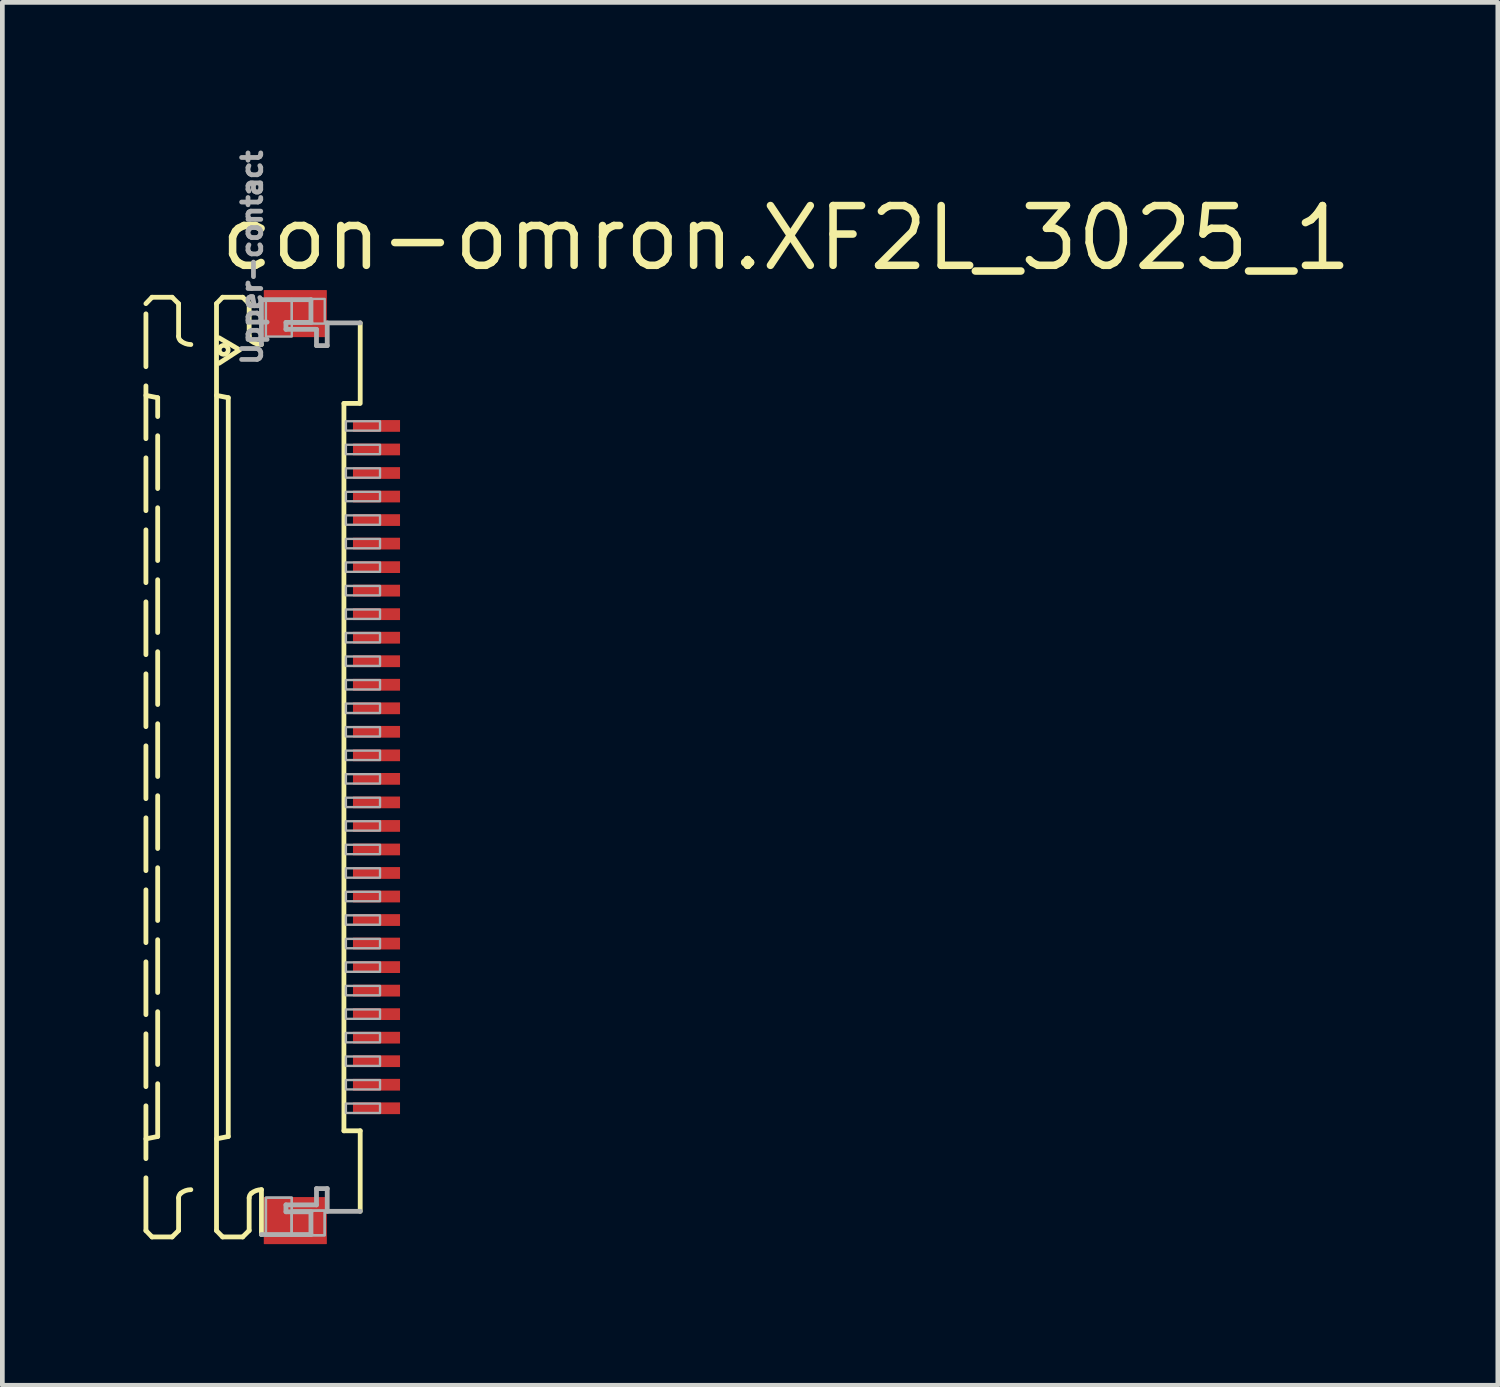
<source format=kicad_pcb>
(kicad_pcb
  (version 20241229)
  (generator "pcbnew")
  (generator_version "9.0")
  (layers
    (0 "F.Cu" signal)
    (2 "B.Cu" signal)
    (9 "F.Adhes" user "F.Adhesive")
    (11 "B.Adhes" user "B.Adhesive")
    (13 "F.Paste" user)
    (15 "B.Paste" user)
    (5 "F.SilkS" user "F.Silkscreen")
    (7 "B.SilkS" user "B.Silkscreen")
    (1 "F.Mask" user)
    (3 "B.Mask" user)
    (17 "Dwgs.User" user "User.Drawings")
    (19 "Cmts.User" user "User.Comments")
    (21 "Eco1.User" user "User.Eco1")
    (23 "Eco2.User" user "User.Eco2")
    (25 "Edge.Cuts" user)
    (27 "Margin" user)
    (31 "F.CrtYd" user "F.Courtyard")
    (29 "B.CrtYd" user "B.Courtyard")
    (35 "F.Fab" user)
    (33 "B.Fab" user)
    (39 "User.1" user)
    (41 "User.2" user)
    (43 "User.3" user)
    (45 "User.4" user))
  (footprint "con-omron.XF2L_3025_1"
    (layer "F.Cu")
    (at 3.046 13.252)
    (property "Reference" "con-omron.XF2L_3025_1" (at -1.5 -10.5 0) (layer "F.SilkS") (effects (font (size 1.27 1.27) (thickness 0.16)) (justify left bottom)))
    (attr smd)
    (fp_rect (start 1.355 -7.075) (end 2.455 -7.425) (stroke (width 0.05) (type default)) (fill yes) (layer "F.Mask"))
    (fp_rect (start 1.355 -6.575) (end 2.455 -6.925) (stroke (width 0.05) (type default)) (fill yes) (layer "F.Mask"))
    (fp_rect (start 1.355 -6.075) (end 2.455 -6.425) (stroke (width 0.05) (type default)) (fill yes) (layer "F.Mask"))
    (fp_rect (start 1.355 -5.575) (end 2.455 -5.925) (stroke (width 0.05) (type default)) (fill yes) (layer "F.Mask"))
    (fp_rect (start 1.355 -5.075) (end 2.455 -5.425) (stroke (width 0.05) (type default)) (fill yes) (layer "F.Mask"))
    (fp_rect (start 1.355 -4.575) (end 2.455 -4.925) (stroke (width 0.05) (type default)) (fill yes) (layer "F.Mask"))
    (fp_rect (start 1.355 -4.075) (end 2.455 -4.425) (stroke (width 0.05) (type default)) (fill yes) (layer "F.Mask"))
    (fp_rect (start 1.355 -3.575) (end 2.455 -3.925) (stroke (width 0.05) (type default)) (fill yes) (layer "F.Mask"))
    (fp_rect (start 1.355 -3.075) (end 2.455 -3.425) (stroke (width 0.05) (type default)) (fill yes) (layer "F.Mask"))
    (fp_rect (start 1.355 -2.575) (end 2.455 -2.925) (stroke (width 0.05) (type default)) (fill yes) (layer "F.Mask"))
    (fp_rect (start 1.355 -2.075) (end 2.455 -2.425) (stroke (width 0.05) (type default)) (fill yes) (layer "F.Mask"))
    (fp_rect (start 1.355 -1.575) (end 2.455 -1.925) (stroke (width 0.05) (type default)) (fill yes) (layer "F.Mask"))
    (fp_rect (start 1.355 -1.075) (end 2.455 -1.425) (stroke (width 0.05) (type default)) (fill yes) (layer "F.Mask"))
    (fp_rect (start 1.355 -0.575) (end 2.455 -0.925) (stroke (width 0.05) (type default)) (fill yes) (layer "F.Mask"))
    (fp_rect (start 1.355 -0.075) (end 2.455 -0.425) (stroke (width 0.05) (type default)) (fill yes) (layer "F.Mask"))
    (fp_rect (start 1.355 0.425) (end 2.455 0.075) (stroke (width 0.05) (type default)) (fill yes) (layer "F.Mask"))
    (fp_rect (start 1.355 0.925) (end 2.455 0.575) (stroke (width 0.05) (type default)) (fill yes) (layer "F.Mask"))
    (fp_rect (start 1.355 1.425) (end 2.455 1.075) (stroke (width 0.05) (type default)) (fill yes) (layer "F.Mask"))
    (fp_rect (start 1.355 1.925) (end 2.455 1.575) (stroke (width 0.05) (type default)) (fill yes) (layer "F.Mask"))
    (fp_rect (start 1.355 2.425) (end 2.455 2.075) (stroke (width 0.05) (type default)) (fill yes) (layer "F.Mask"))
    (fp_rect (start 1.355 2.925) (end 2.455 2.575) (stroke (width 0.05) (type default)) (fill yes) (layer "F.Mask"))
    (fp_rect (start 1.355 3.425) (end 2.455 3.075) (stroke (width 0.05) (type default)) (fill yes) (layer "F.Mask"))
    (fp_rect (start 1.355 3.925) (end 2.455 3.575) (stroke (width 0.05) (type default)) (fill yes) (layer "F.Mask"))
    (fp_rect (start 1.355 4.425) (end 2.455 4.075) (stroke (width 0.05) (type default)) (fill yes) (layer "F.Mask"))
    (fp_rect (start 1.355 4.925) (end 2.455 4.575) (stroke (width 0.05) (type default)) (fill yes) (layer "F.Mask"))
    (fp_rect (start 1.355 5.425) (end 2.455 5.075) (stroke (width 0.05) (type default)) (fill yes) (layer "F.Mask"))
    (fp_rect (start 1.355 5.925) (end 2.455 5.575) (stroke (width 0.05) (type default)) (fill yes) (layer "F.Mask"))
    (fp_rect (start 1.355 6.425) (end 2.455 6.075) (stroke (width 0.05) (type default)) (fill yes) (layer "F.Mask"))
    (fp_rect (start 1.355 6.925) (end 2.455 6.575) (stroke (width 0.05) (type default)) (fill yes) (layer "F.Mask"))
    (fp_rect (start 1.355 7.425) (end 2.455 7.075) (stroke (width 0.05) (type default)) (fill yes) (layer "F.Mask"))
    (fp_line (start -2.995 -9.85) (end -2.865 -9.985) (stroke (width 0.102) (type default)) (layer "F.SilkS"))
    (fp_line (start -2.995 -7.9) (end -2.745 -7.85) (stroke (width 0.102) (type default)) (layer "F.SilkS"))
    (fp_line (start -2.995 9.85) (end -2.995 -9.85) (stroke (width 0.102) (type dash)) (layer "F.SilkS"))
    (fp_line (start -2.995 9.85) (end -2.865 9.985) (stroke (width 0.102) (type default)) (layer "F.SilkS"))
    (fp_line (start -2.865 -9.985) (end -2.438 -9.985) (stroke (width 0.102) (type dash)) (layer "F.SilkS"))
    (fp_line (start -2.865 9.985) (end -2.438 9.985) (stroke (width 0.102) (type dash)) (layer "F.SilkS"))
    (fp_line (start -2.745 7.85) (end -2.995 7.9) (stroke (width 0.102) (type default)) (layer "F.SilkS"))
    (fp_line (start -2.745 7.85) (end -2.745 -7.85) (stroke (width 0.102) (type dash)) (layer "F.SilkS"))
    (fp_line (start -2.438 -9.985) (end -2.301 -9.848) (stroke (width 0.102) (type default)) (layer "F.SilkS"))
    (fp_line (start -2.438 9.985) (end -2.301 9.848) (stroke (width 0.102) (type default)) (layer "F.SilkS"))
    (fp_line (start -2.301 -9.848) (end -2.301 -9.156) (stroke (width 0.102) (type dash)) (layer "F.SilkS"))
    (fp_line (start -2.301 9.848) (end -2.301 9.156) (stroke (width 0.102) (type dash)) (layer "F.SilkS"))
    (fp_line (start -1.495 -9.85) (end -1.365 -9.985) (stroke (width 0.102) (type default)) (layer "F.SilkS"))
    (fp_line (start -1.495 -7.9) (end -1.245 -7.85) (stroke (width 0.102) (type default)) (layer "F.SilkS"))
    (fp_line (start -1.495 9.85) (end -1.495 -9.85) (stroke (width 0.102) (type default)) (layer "F.SilkS"))
    (fp_line (start -1.495 9.85) (end -1.365 9.985) (stroke (width 0.102) (type default)) (layer "F.SilkS"))
    (fp_line (start -1.441 -9.123) (end -1.005 -8.867) (stroke (width 0.102) (type default)) (layer "F.SilkS"))
    (fp_line (start -1.365 -9.985) (end -0.939 -9.985) (stroke (width 0.102) (type default)) (layer "F.SilkS"))
    (fp_line (start -1.365 9.985) (end -0.939 9.985) (stroke (width 0.102) (type default)) (layer "F.SilkS"))
    (fp_line (start -1.245 7.85) (end -1.495 7.9) (stroke (width 0.102) (type default)) (layer "F.SilkS"))
    (fp_line (start -1.245 7.85) (end -1.245 -7.85) (stroke (width 0.102) (type default)) (layer "F.SilkS"))
    (fp_line (start -1.005 -8.867) (end -1.441 -8.582) (stroke (width 0.102) (type default)) (layer "F.SilkS"))
    (fp_line (start -0.939 -9.985) (end -0.801 -9.848) (stroke (width 0.102) (type default)) (layer "F.SilkS"))
    (fp_line (start -0.939 9.985) (end -0.801 9.848) (stroke (width 0.102) (type default)) (layer "F.SilkS"))
    (fp_line (start -0.801 -9.848) (end -0.801 -9.156) (stroke (width 0.102) (type default)) (layer "F.SilkS"))
    (fp_line (start -0.801 9.848) (end -0.801 9.156) (stroke (width 0.102) (type default)) (layer "F.SilkS"))
    (fp_line (start -0.54 8.98) (end -0.54 9.933) (stroke (width 0.102) (type default)) (layer "F.SilkS"))
    (fp_line (start 1.213 7.729) (end 1.213 -7.729) (stroke (width 0.102) (type default)) (layer "F.SilkS"))
    (fp_line (start 1.538 -7.729) (end 1.213 -7.729) (stroke (width 0.102) (type default)) (layer "F.SilkS"))
    (fp_line (start 1.559 -9.44) (end 1.559 -7.729) (stroke (width 0.102) (type default)) (layer "F.SilkS"))
    (fp_line (start 1.559 7.729) (end 1.213 7.729) (stroke (width 0.102) (type default)) (layer "F.SilkS"))
    (fp_line (start 1.559 9.44) (end 1.559 7.729) (stroke (width 0.102) (type default)) (layer "F.SilkS"))
    (fp_arc (start -2.301 9.1557) (mid -2.288538 9.100596) (end -2.2536 9.0562) (stroke (width 0.1016) (type default)) (layer "F.SilkS"))
    (fp_arc (start -2.2536 -9.0562) (mid -2.288538 -9.100596) (end -2.301 -9.1557) (stroke (width 0.1016) (type default)) (layer "F.SilkS"))
    (fp_arc (start -2.2536 9.0562) (mid -2.153476 8.999936) (end -2.0403 8.9804) (stroke (width 0.1016) (type default)) (layer "F.SilkS"))
    (fp_arc (start -2.0403 -8.9804) (mid -2.153476 -8.999936) (end -2.2536 -9.0562) (stroke (width 0.1016) (type default)) (layer "F.SilkS"))
    (fp_arc (start -0.801 9.1557) (mid -0.788538 9.100596) (end -0.7536 9.0562) (stroke (width 0.1016) (type default)) (layer "F.SilkS"))
    (fp_arc (start -0.7536 -9.0562) (mid -0.788538 -9.100596) (end -0.801 -9.1557) (stroke (width 0.1016) (type default)) (layer "F.SilkS"))
    (fp_arc (start -0.7536 9.0562) (mid -0.653476 8.999936) (end -0.5403 8.9804) (stroke (width 0.1016) (type default)) (layer "F.SilkS"))
    (fp_arc (start -0.5403 -8.9804) (mid -0.653476 -8.999936) (end -0.7536 -9.0562) (stroke (width 0.1016) (type default)) (layer "F.SilkS"))
    (fp_circle (center -1.341 -8.867) (end -1.246 -8.867) (stroke (width 0.1) (type default)) (fill no) (layer "F.SilkS"))
    (fp_line (start -0.54 -9.933) (end 0.512 -9.933) (stroke (width 0.102) (type default)) (layer "F.Fab"))
    (fp_line (start -0.54 -8.98) (end -0.54 -9.933) (stroke (width 0.102) (type default)) (layer "F.Fab"))
    (fp_line (start -0.54 9.933) (end 0.512 9.933) (stroke (width 0.102) (type default)) (layer "F.Fab"))
    (fp_line (start -0.019 -9.45) (end -0.019 -9.303) (stroke (width 0.102) (type default)) (layer "F.Fab"))
    (fp_line (start -0.019 -9.303) (end 0.63 -9.303) (stroke (width 0.102) (type default)) (layer "F.Fab"))
    (fp_line (start -0.019 9.303) (end 0.63 9.303) (stroke (width 0.102) (type default)) (layer "F.Fab"))
    (fp_line (start -0.019 9.45) (end -0.019 9.303) (stroke (width 0.102) (type default)) (layer "F.Fab"))
    (fp_line (start 0.512 -9.933) (end 0.512 -9.45) (stroke (width 0.102) (type default)) (layer "F.Fab"))
    (fp_line (start 0.512 -9.45) (end -0.019 -9.45) (stroke (width 0.102) (type default)) (layer "F.Fab"))
    (fp_line (start 0.512 9.45) (end -0.019 9.45) (stroke (width 0.102) (type default)) (layer "F.Fab"))
    (fp_line (start 0.512 9.933) (end 0.512 9.45) (stroke (width 0.102) (type default)) (layer "F.Fab"))
    (fp_line (start 0.63 -9.303) (end 0.63 -8.957) (stroke (width 0.102) (type default)) (layer "F.Fab"))
    (fp_line (start 0.63 -8.957) (end 0.858 -8.957) (stroke (width 0.102) (type default)) (layer "F.Fab"))
    (fp_line (start 0.63 8.957) (end 0.858 8.957) (stroke (width 0.102) (type default)) (layer "F.Fab"))
    (fp_line (start 0.63 9.303) (end 0.63 8.957) (stroke (width 0.102) (type default)) (layer "F.Fab"))
    (fp_line (start 0.858 -9.44) (end 1.559 -9.44) (stroke (width 0.102) (type default)) (layer "F.Fab"))
    (fp_line (start 0.858 -8.957) (end 0.858 -9.44) (stroke (width 0.102) (type default)) (layer "F.Fab"))
    (fp_line (start 0.858 8.957) (end 0.858 9.44) (stroke (width 0.102) (type default)) (layer "F.Fab"))
    (fp_line (start 0.858 9.44) (end 1.559 9.44) (stroke (width 0.102) (type default)) (layer "F.Fab"))
    (fp_rect (start -0.445 -9.15) (end 0.105 -9.95) (stroke (width 0.05) (type default)) (fill no) (layer "F.Fab"))
    (fp_rect (start -0.445 9.95) (end 0.105 9.15) (stroke (width 0.05) (type default)) (fill no) (layer "F.Fab"))
    (fp_rect (start -0.445 9.95) (end 0.105 9.15) (stroke (width 0.05) (type default)) (fill no) (layer "F.Fab"))
    (fp_rect (start 0.105 -9.425) (end 0.805 -9.95) (stroke (width 0.05) (type default)) (fill no) (layer "F.Fab"))
    (fp_rect (start 0.105 9.95) (end 0.805 9.425) (stroke (width 0.05) (type default)) (fill no) (layer "F.Fab"))
    (fp_rect (start 0.105 9.95) (end 0.805 9.425) (stroke (width 0.05) (type default)) (fill no) (layer "F.Fab"))
    (fp_rect (start 1.255 -7.15) (end 1.98 -7.35) (stroke (width 0.05) (type default)) (fill no) (layer "F.Fab"))
    (fp_rect (start 1.255 -6.65) (end 1.98 -6.85) (stroke (width 0.05) (type default)) (fill no) (layer "F.Fab"))
    (fp_rect (start 1.255 -6.15) (end 1.98 -6.35) (stroke (width 0.05) (type default)) (fill no) (layer "F.Fab"))
    (fp_rect (start 1.255 -5.65) (end 1.98 -5.85) (stroke (width 0.05) (type default)) (fill no) (layer "F.Fab"))
    (fp_rect (start 1.255 -5.15) (end 1.98 -5.35) (stroke (width 0.05) (type default)) (fill no) (layer "F.Fab"))
    (fp_rect (start 1.255 -4.65) (end 1.98 -4.85) (stroke (width 0.05) (type default)) (fill no) (layer "F.Fab"))
    (fp_rect (start 1.255 -4.15) (end 1.98 -4.35) (stroke (width 0.05) (type default)) (fill no) (layer "F.Fab"))
    (fp_rect (start 1.255 -3.65) (end 1.98 -3.85) (stroke (width 0.05) (type default)) (fill no) (layer "F.Fab"))
    (fp_rect (start 1.255 -3.15) (end 1.98 -3.35) (stroke (width 0.05) (type default)) (fill no) (layer "F.Fab"))
    (fp_rect (start 1.255 -2.65) (end 1.98 -2.85) (stroke (width 0.05) (type default)) (fill no) (layer "F.Fab"))
    (fp_rect (start 1.255 -2.15) (end 1.98 -2.35) (stroke (width 0.05) (type default)) (fill no) (layer "F.Fab"))
    (fp_rect (start 1.255 -1.65) (end 1.98 -1.85) (stroke (width 0.05) (type default)) (fill no) (layer "F.Fab"))
    (fp_rect (start 1.255 -1.15) (end 1.98 -1.35) (stroke (width 0.05) (type default)) (fill no) (layer "F.Fab"))
    (fp_rect (start 1.255 -0.65) (end 1.98 -0.85) (stroke (width 0.05) (type default)) (fill no) (layer "F.Fab"))
    (fp_rect (start 1.255 -0.15) (end 1.98 -0.35) (stroke (width 0.05) (type default)) (fill no) (layer "F.Fab"))
    (fp_rect (start 1.255 0.35) (end 1.98 0.15) (stroke (width 0.05) (type default)) (fill no) (layer "F.Fab"))
    (fp_rect (start 1.255 0.85) (end 1.98 0.65) (stroke (width 0.05) (type default)) (fill no) (layer "F.Fab"))
    (fp_rect (start 1.255 1.35) (end 1.98 1.15) (stroke (width 0.05) (type default)) (fill no) (layer "F.Fab"))
    (fp_rect (start 1.255 1.85) (end 1.98 1.65) (stroke (width 0.05) (type default)) (fill no) (layer "F.Fab"))
    (fp_rect (start 1.255 2.35) (end 1.98 2.15) (stroke (width 0.05) (type default)) (fill no) (layer "F.Fab"))
    (fp_rect (start 1.255 2.85) (end 1.98 2.65) (stroke (width 0.05) (type default)) (fill no) (layer "F.Fab"))
    (fp_rect (start 1.255 3.35) (end 1.98 3.15) (stroke (width 0.05) (type default)) (fill no) (layer "F.Fab"))
    (fp_rect (start 1.255 3.85) (end 1.98 3.65) (stroke (width 0.05) (type default)) (fill no) (layer "F.Fab"))
    (fp_rect (start 1.255 4.35) (end 1.98 4.15) (stroke (width 0.05) (type default)) (fill no) (layer "F.Fab"))
    (fp_rect (start 1.255 4.85) (end 1.98 4.65) (stroke (width 0.05) (type default)) (fill no) (layer "F.Fab"))
    (fp_rect (start 1.255 5.35) (end 1.98 5.15) (stroke (width 0.05) (type default)) (fill no) (layer "F.Fab"))
    (fp_rect (start 1.255 5.85) (end 1.98 5.65) (stroke (width 0.05) (type default)) (fill no) (layer "F.Fab"))
    (fp_rect (start 1.255 6.35) (end 1.98 6.15) (stroke (width 0.05) (type default)) (fill no) (layer "F.Fab"))
    (fp_rect (start 1.255 6.85) (end 1.98 6.65) (stroke (width 0.05) (type default)) (fill no) (layer "F.Fab"))
    (fp_rect (start 1.255 7.35) (end 1.98 7.15) (stroke (width 0.05) (type default)) (fill no) (layer "F.Fab"))
    (fp_text user "Upper-contact" (at -0.5 -8.5 270) (layer "F.Fab") (effects (font (size 0.406 0.406) (thickness 0.15)) (justify left bottom)))
    (pad "1" smd roundrect (at 1.905 -7.25) (size 1 0.25) (layers "F.Cu" "F.Mask" "F.Paste") (roundrect_rratio 0.01))
    (pad "2" smd roundrect (at 1.905 -6.75) (size 1 0.25) (layers "F.Cu" "F.Mask" "F.Paste") (roundrect_rratio 0.01))
    (pad "3" smd roundrect (at 1.905 -6.25) (size 1 0.25) (layers "F.Cu" "F.Mask" "F.Paste") (roundrect_rratio 0.01))
    (pad "4" smd roundrect (at 1.905 -5.75) (size 1 0.25) (layers "F.Cu" "F.Mask" "F.Paste") (roundrect_rratio 0.01))
    (pad "5" smd roundrect (at 1.905 -5.25) (size 1 0.25) (layers "F.Cu" "F.Mask" "F.Paste") (roundrect_rratio 0.01))
    (pad "6" smd roundrect (at 1.905 -4.75) (size 1 0.25) (layers "F.Cu" "F.Mask" "F.Paste") (roundrect_rratio 0.01))
    (pad "7" smd roundrect (at 1.905 -4.25) (size 1 0.25) (layers "F.Cu" "F.Mask" "F.Paste") (roundrect_rratio 0.01))
    (pad "8" smd roundrect (at 1.905 -3.75) (size 1 0.25) (layers "F.Cu" "F.Mask" "F.Paste") (roundrect_rratio 0.01))
    (pad "9" smd roundrect (at 1.905 -3.25) (size 1 0.25) (layers "F.Cu" "F.Mask" "F.Paste") (roundrect_rratio 0.01))
    (pad "10" smd roundrect (at 1.905 -2.75) (size 1 0.25) (layers "F.Cu" "F.Mask" "F.Paste") (roundrect_rratio 0.01))
    (pad "11" smd roundrect (at 1.905 -2.25) (size 1 0.25) (layers "F.Cu" "F.Mask" "F.Paste") (roundrect_rratio 0.01))
    (pad "12" smd roundrect (at 1.905 -1.75) (size 1 0.25) (layers "F.Cu" "F.Mask" "F.Paste") (roundrect_rratio 0.01))
    (pad "13" smd roundrect (at 1.905 -1.25) (size 1 0.25) (layers "F.Cu" "F.Mask" "F.Paste") (roundrect_rratio 0.01))
    (pad "14" smd roundrect (at 1.905 -0.75) (size 1 0.25) (layers "F.Cu" "F.Mask" "F.Paste") (roundrect_rratio 0.01))
    (pad "15" smd roundrect (at 1.905 -0.25) (size 1 0.25) (layers "F.Cu" "F.Mask" "F.Paste") (roundrect_rratio 0.01))
    (pad "16" smd roundrect (at 1.905 0.25) (size 1 0.25) (layers "F.Cu" "F.Mask" "F.Paste") (roundrect_rratio 0.01))
    (pad "17" smd roundrect (at 1.905 0.75) (size 1 0.25) (layers "F.Cu" "F.Mask" "F.Paste") (roundrect_rratio 0.01))
    (pad "18" smd roundrect (at 1.905 1.25) (size 1 0.25) (layers "F.Cu" "F.Mask" "F.Paste") (roundrect_rratio 0.01))
    (pad "19" smd roundrect (at 1.905 1.75) (size 1 0.25) (layers "F.Cu" "F.Mask" "F.Paste") (roundrect_rratio 0.01))
    (pad "20" smd roundrect (at 1.905 2.25) (size 1 0.25) (layers "F.Cu" "F.Mask" "F.Paste") (roundrect_rratio 0.01))
    (pad "21" smd roundrect (at 1.905 2.75) (size 1 0.25) (layers "F.Cu" "F.Mask" "F.Paste") (roundrect_rratio 0.01))
    (pad "22" smd roundrect (at 1.905 3.25) (size 1 0.25) (layers "F.Cu" "F.Mask" "F.Paste") (roundrect_rratio 0.01))
    (pad "23" smd roundrect (at 1.905 3.75) (size 1 0.25) (layers "F.Cu" "F.Mask" "F.Paste") (roundrect_rratio 0.01))
    (pad "24" smd roundrect (at 1.905 4.25) (size 1 0.25) (layers "F.Cu" "F.Mask" "F.Paste") (roundrect_rratio 0.01))
    (pad "25" smd roundrect (at 1.905 4.75) (size 1 0.25) (layers "F.Cu" "F.Mask" "F.Paste") (roundrect_rratio 0.01))
    (pad "26" smd roundrect (at 1.905 5.25) (size 1 0.25) (layers "F.Cu" "F.Mask" "F.Paste") (roundrect_rratio 0.01))
    (pad "27" smd roundrect (at 1.905 5.75) (size 1 0.25) (layers "F.Cu" "F.Mask" "F.Paste") (roundrect_rratio 0.01))
    (pad "28" smd roundrect (at 1.905 6.25) (size 1 0.25) (layers "F.Cu" "F.Mask" "F.Paste") (roundrect_rratio 0.01))
    (pad "29" smd roundrect (at 1.905 6.75) (size 1 0.25) (layers "F.Cu" "F.Mask" "F.Paste") (roundrect_rratio 0.01))
    (pad "30" smd roundrect (at 1.905 7.25) (size 1 0.25) (layers "F.Cu" "F.Mask" "F.Paste") (roundrect_rratio 0.01))
    (pad "M1" smd roundrect (at 0.18 -9.637) (size 1.34 1) (layers "F.Cu" "F.Mask" "F.Paste") (roundrect_rratio 0.01))
    (pad "M2" smd roundrect (at 0.18 9.637) (size 1.34 1) (layers "F.Cu" "F.Mask" "F.Paste") (roundrect_rratio 0.01)))
  (gr_rect
    (start -3 -3)
    (end 28.781 26.389)
    (stroke (width 0.1) (type default))
    (fill no)
    (layer "Edge.Cuts")))
</source>
